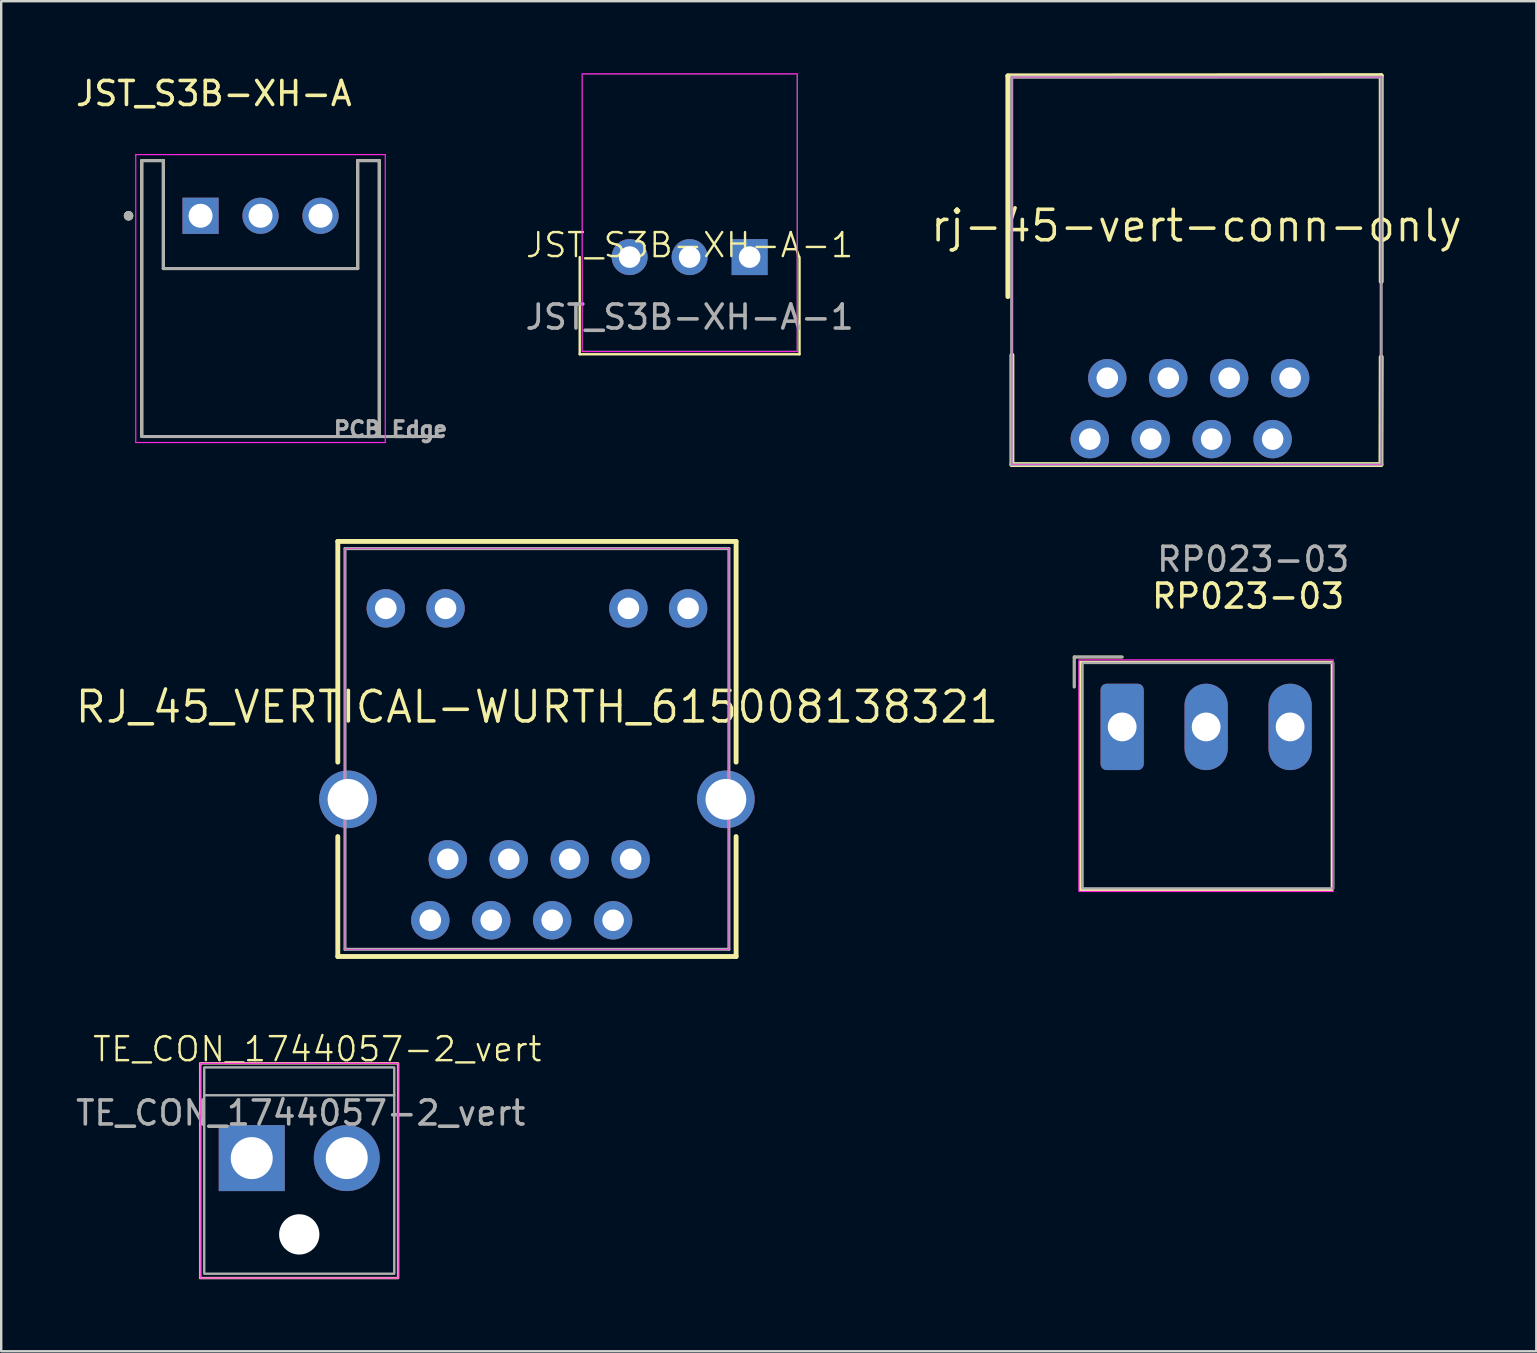
<source format=kicad_pcb>
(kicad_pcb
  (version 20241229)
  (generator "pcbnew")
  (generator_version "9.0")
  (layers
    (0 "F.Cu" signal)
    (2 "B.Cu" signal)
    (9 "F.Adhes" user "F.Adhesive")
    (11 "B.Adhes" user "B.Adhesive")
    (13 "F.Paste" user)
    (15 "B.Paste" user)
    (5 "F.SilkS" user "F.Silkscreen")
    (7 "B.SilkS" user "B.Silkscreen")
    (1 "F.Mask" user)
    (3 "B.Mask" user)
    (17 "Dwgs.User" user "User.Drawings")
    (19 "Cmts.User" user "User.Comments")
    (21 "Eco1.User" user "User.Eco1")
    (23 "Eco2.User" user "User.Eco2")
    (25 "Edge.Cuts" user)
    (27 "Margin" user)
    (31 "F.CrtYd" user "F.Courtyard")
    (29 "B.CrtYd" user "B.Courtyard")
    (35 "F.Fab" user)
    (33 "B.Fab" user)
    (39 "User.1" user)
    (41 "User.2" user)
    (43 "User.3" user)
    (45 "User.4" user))
  (footprint "JST_S3B-XH-A-1"
    (layer "F.Cu")
    (at 25.692 7.665)
    (property "Reference" "JST_S3B-XH-A-1" (at 0 -0.5 0) (unlocked yes) (layer "F.SilkS") (effects (font (size 1 1) (thickness 0.1))))
    (attr through_hole)
    (fp_line (start -4.58 0) (end -4.58 4.05) (stroke (width 0.1) (type default)) (layer "F.SilkS"))
    (fp_line (start -4.58 4.05) (end 4.58 4.05) (stroke (width 0.1) (type default)) (layer "F.SilkS"))
    (fp_line (start 4.58 4.05) (end 4.58 0) (stroke (width 0.1) (type default)) (layer "F.SilkS"))
    (fp_rect (start -4.48 -7.64) (end 4.49 3.94) (stroke (width 0.05) (type default)) (fill no) (layer "F.CrtYd"))
    (fp_poly (pts (xy 4.45 -7.6) (xy -4.45 -7.6) (xy -4.45 3.9) (xy 4.45 3.9)) (stroke (width 0.01) (type solid)) (fill no) (layer "F.Fab"))
    (fp_text user "${REFERENCE}" (at 0 2.5 0) (unlocked yes) (layer "F.Fab") (effects (font (size 1 1) (thickness 0.15))))
    (pad "1" thru_hole rect (at 2.5 0) (size 1.5 1.5) (drill 0.9) (layers "*.Cu" "*.Mask"))
    (pad "2" thru_hole circle (at 0 0) (size 1.5 1.5) (drill 0.9) (layers "*.Cu" "*.Mask"))
    (pad "3" thru_hole circle (at -2.5 0) (size 1.5 1.5) (drill 0.9) (layers "*.Cu" "*.Mask")))
  (footprint "rj-45-vert-conn-only"
    (layer "F.Cu")
    (at 46.815 6.362)
    (property "Reference" "rj-45-vert-conn-only" (at 0 0 0) (layer "F.SilkS") (effects (font (size 1.27 1.27) (thickness 0.15))))
    (fp_line (start -7.86 -6.25) (end -7.86 2.95) (stroke (width 0.203) (type solid)) (layer "F.SilkS"))
    (fp_line (start -7.69 5.39) (end -7.69 9.95) (stroke (width 0.203) (type solid)) (layer "F.SilkS"))
    (fp_line (start -7.69 9.95) (end 7.69 9.95) (stroke (width 0.203) (type solid)) (layer "F.SilkS"))
    (fp_line (start 7.69 9.95) (end 7.7 5.47) (stroke (width 0.203) (type solid)) (layer "F.SilkS"))
    (fp_line (start 7.7 -6.26) (end -7.86 -6.25) (stroke (width 0.203) (type solid)) (layer "F.SilkS"))
    (fp_line (start 7.7 2.32) (end 7.7 -6.26) (stroke (width 0.203) (type solid)) (layer "F.SilkS"))
    (fp_line (start -7.69 -6.2) (end -7.69 9.95) (stroke (width 0.025) (type solid)) (layer "F.CrtYd"))
    (fp_line (start -7.69 9.95) (end 7.7 9.95) (stroke (width 0.025) (type solid)) (layer "F.CrtYd"))
    (fp_line (start 7.7 -6.2) (end -7.69 -6.2) (stroke (width 0.025) (type solid)) (layer "F.CrtYd"))
    (fp_line (start 7.7 9.95) (end 7.7 -6.2) (stroke (width 0.025) (type solid)) (layer "F.CrtYd"))
    (fp_line (start -7.7 -6.2) (end -7.7 9.95) (stroke (width 0.127) (type solid)) (layer "F.Fab"))
    (fp_line (start -7.7 9.95) (end 7.7 9.95) (stroke (width 0.127) (type solid)) (layer "F.Fab"))
    (fp_line (start 7.7 -6.2) (end -7.7 -6.2) (stroke (width 0.127) (type solid)) (layer "F.Fab"))
    (fp_line (start 7.7 9.95) (end 7.7 -6.2) (stroke (width 0.127) (type solid)) (layer "F.Fab"))
    (pad "" np_thru_hole circle (at -5.715 0) (size 0.00001 0.00001) (drill 3.2) (layers "*.Cu" "*.Paste" "*.Mask"))
    (pad "" np_thru_hole circle (at 5.715 0) (size 0.00001 0.00001) (drill 3.2) (layers "*.Cu" "*.Paste" "*.Mask"))
    (pad "1" thru_hole circle (at 3.905 6.35) (size 1.6 1.6) (drill 0.9) (layers "*.Cu" "*.Mask"))
    (pad "2" thru_hole circle (at 3.175 8.89) (size 1.6 1.6) (drill 0.9) (layers "*.Cu" "*.Mask"))
    (pad "3" thru_hole circle (at 1.365 6.35) (size 1.6 1.6) (drill 0.9) (layers "*.Cu" "*.Mask"))
    (pad "4" thru_hole circle (at 0.635 8.89) (size 1.6 1.6) (drill 0.9) (layers "*.Cu" "*.Mask"))
    (pad "5" thru_hole circle (at -1.175 6.35) (size 1.6 1.6) (drill 0.9) (layers "*.Cu" "*.Mask"))
    (pad "6" thru_hole circle (at -1.905 8.89) (size 1.6 1.6) (drill 0.9) (layers "*.Cu" "*.Mask"))
    (pad "7" thru_hole circle (at -3.715 6.35) (size 1.6 1.6) (drill 0.9) (layers "*.Cu" "*.Mask"))
    (pad "8" thru_hole circle (at -4.445 8.89) (size 1.6 1.6) (drill 0.9) (layers "*.Cu" "*.Mask")))
  (footprint "TE_CON_1744057-2_vert"
    (layer "F.Cu")
    (at 7.442 45.217)
    (property "Reference" "TE_CON_1744057-2_vert" (at 2.73 -4.54 0) (unlocked yes) (layer "F.SilkS") (effects (font (size 1 1) (thickness 0.1))))
    (attr through_hole)
    (fp_rect (start -2.15 -3.95) (end 6.1 5) (stroke (width 0.1) (type default)) (fill no) (layer "F.SilkS"))
    (fp_rect (start -2.15 -3.95) (end 6.1 5) (stroke (width 0.05) (type default)) (fill no) (layer "F.CrtYd"))
    (fp_line (start -1.98 -2.62) (end 5.94 -2.62) (stroke (width 0.1) (type default)) (layer "F.Fab"))
    (fp_poly (pts (xy -1.98 -3.78) (xy 5.94 -3.78) (xy 5.94 4.82) (xy -1.98 4.82)) (stroke (width 0.1) (type solid)) (fill no) (layer "F.Fab"))
    (fp_text user "${REFERENCE}" (at 2.04 -1.88 0) (unlocked yes) (layer "F.Fab") (effects (font (size 1 1) (thickness 0.15))))
    (pad "" np_thru_hole circle (at 1.98 3.18) (size 1.68 1.68) (drill 1.68) (layers "*.Cu" "*.Mask"))
    (pad "1" thru_hole rect (at 0 0) (size 2.75 2.75) (drill 1.75) (layers "*.Cu" "*.Mask"))
    (pad "2" thru_hole circle (at 3.96 0) (size 2.75 2.75) (drill 1.75) (layers "*.Cu" "*.Mask")))
  (footprint "JST_S3B-XH-A"
    (layer "F.Cu")
    (at 7.808 11.643)
    (property "Reference" "JST_S3B-XH-A" (at -1.945 -10.795 0) (layer "F.SilkS") (effects (font (size 1 1) (thickness 0.15))))
    (attr through_hole)
    (fp_line (start -4.95 -8) (end -4.95 3.5) (stroke (width 0.127) (type solid)) (layer "F.SilkS"))
    (fp_line (start -4.05 -8) (end -4.95 -8) (stroke (width 0.127) (type solid)) (layer "F.SilkS"))
    (fp_line (start -4.05 -3.5) (end -4.05 -8) (stroke (width 0.127) (type solid)) (layer "F.SilkS"))
    (fp_line (start 4.05 -8) (end 4.05 -3.5) (stroke (width 0.127) (type solid)) (layer "F.SilkS"))
    (fp_line (start 4.05 -3.5) (end -4.05 -3.5) (stroke (width 0.127) (type solid)) (layer "F.SilkS"))
    (fp_line (start 4.95 -8) (end 4.05 -8) (stroke (width 0.127) (type solid)) (layer "F.SilkS"))
    (fp_line (start 4.95 3.5) (end 4.95 -8) (stroke (width 0.127) (type solid)) (layer "F.SilkS"))
    (fp_circle (center -5.5 -5.7) (end -5.4 -5.7) (stroke (width 0.2) (type solid)) (fill no) (layer "F.SilkS"))
    (fp_line (start -5.2 -8.25) (end -5.2 3.75) (stroke (width 0.05) (type solid)) (layer "F.CrtYd"))
    (fp_line (start -5.2 3.75) (end 5.2 3.75) (stroke (width 0.05) (type solid)) (layer "F.CrtYd"))
    (fp_line (start 5.2 -8.25) (end -5.2 -8.25) (stroke (width 0.05) (type solid)) (layer "F.CrtYd"))
    (fp_line (start 5.2 3.75) (end 5.2 -8.25) (stroke (width 0.05) (type solid)) (layer "F.CrtYd"))
    (fp_line (start -4.95 -8) (end -4.95 3.5) (stroke (width 0.127) (type solid)) (layer "F.Fab"))
    (fp_line (start -4.95 3.5) (end 4.95 3.5) (stroke (width 0.127) (type solid)) (layer "F.Fab"))
    (fp_line (start -4.05 -8) (end -4.95 -8) (stroke (width 0.127) (type solid)) (layer "F.Fab"))
    (fp_line (start -4.05 -3.5) (end -4.05 -8) (stroke (width 0.127) (type solid)) (layer "F.Fab"))
    (fp_line (start 4.05 -8) (end 4.05 -3.5) (stroke (width 0.127) (type solid)) (layer "F.Fab"))
    (fp_line (start 4.05 -3.5) (end -4.05 -3.5) (stroke (width 0.127) (type solid)) (layer "F.Fab"))
    (fp_line (start 4.95 -8) (end 4.05 -8) (stroke (width 0.127) (type solid)) (layer "F.Fab"))
    (fp_line (start 4.95 3.5) (end 4.95 -8) (stroke (width 0.127) (type solid)) (layer "F.Fab"))
    (fp_line (start 4.95 3.5) (end 7.57 3.5) (stroke (width 0.127) (type solid)) (layer "F.Fab"))
    (fp_circle (center -5.5 -5.7) (end -5.4 -5.7) (stroke (width 0.2) (type solid)) (fill no) (layer "F.Fab"))
    (fp_text user "PCB Edge" (at 5.418 3.203 0) (layer "F.Fab") (effects (font (size 0.64 0.64) (thickness 0.15))))
    (pad "1" thru_hole rect (at -2.5 -5.7) (size 1.508 1.508) (drill 1) (layers "*.Cu" "*.Mask"))
    (pad "2" thru_hole circle (at 0 -5.7) (size 1.508 1.508) (drill 1) (layers "*.Cu" "*.Mask"))
    (pad "3" thru_hole circle (at 2.5 -5.7) (size 1.508 1.508) (drill 1) (layers "*.Cu" "*.Mask")))
  (footprint "RJ_45_VERTICAL-WURTH_615008138321"
    (layer "F.Cu")
    (at 19.329 26.415)
    (property "Reference" "RJ_45_VERTICAL-WURTH_615008138321" (at 0 0 0) (layer "F.SilkS") (effects (font (size 1.27 1.27) (thickness 0.15))))
    (fp_line (start -8.3 -6.9) (end -8.3 2.3) (stroke (width 0.203) (type solid)) (layer "F.SilkS"))
    (fp_line (start -8.3 5.4) (end -8.3 10.4) (stroke (width 0.203) (type solid)) (layer "F.SilkS"))
    (fp_line (start -8.3 10.4) (end 8.3 10.4) (stroke (width 0.203) (type solid)) (layer "F.SilkS"))
    (fp_line (start 8.3 -6.9) (end -8.3 -6.9) (stroke (width 0.203) (type solid)) (layer "F.SilkS"))
    (fp_line (start 8.3 2.3) (end 8.3 -6.9) (stroke (width 0.203) (type solid)) (layer "F.SilkS"))
    (fp_line (start 8.3 10.4) (end 8.3 5.4) (stroke (width 0.203) (type solid)) (layer "F.SilkS"))
    (fp_line (start -8 -6.6) (end -8 10.1) (stroke (width 0.025) (type solid)) (layer "F.CrtYd"))
    (fp_line (start -8 10.1) (end 8 10.1) (stroke (width 0.025) (type solid)) (layer "F.CrtYd"))
    (fp_line (start 8 -6.6) (end -8 -6.6) (stroke (width 0.025) (type solid)) (layer "F.CrtYd"))
    (fp_line (start 8 10.1) (end 8 -6.6) (stroke (width 0.025) (type solid)) (layer "F.CrtYd"))
    (fp_line (start -8 -6.6) (end -8 10.1) (stroke (width 0.127) (type solid)) (layer "F.Fab"))
    (fp_line (start -8 10.1) (end 8 10.1) (stroke (width 0.127) (type solid)) (layer "F.Fab"))
    (fp_line (start 8 -6.6) (end -8 -6.6) (stroke (width 0.127) (type solid)) (layer "F.Fab"))
    (fp_line (start 8 10.1) (end 8 -6.6) (stroke (width 0.127) (type solid)) (layer "F.Fab"))
    (pad "" np_thru_hole circle (at -5.715 0) (size 0.00001 0.00001) (drill 3.2) (layers "*.Cu" "*.Paste" "*.Mask"))
    (pad "" np_thru_hole circle (at 5.715 0) (size 0.00001 0.00001) (drill 3.2) (layers "*.Cu" "*.Paste" "*.Mask"))
    (pad "1" thru_hole circle (at 3.905 6.35) (size 1.6 1.6) (drill 0.9) (layers "*.Cu" "*.Mask"))
    (pad "2" thru_hole circle (at 3.175 8.89) (size 1.6 1.6) (drill 0.9) (layers "*.Cu" "*.Mask"))
    (pad "3" thru_hole circle (at 1.365 6.35) (size 1.6 1.6) (drill 0.9) (layers "*.Cu" "*.Mask"))
    (pad "4" thru_hole circle (at 0.635 8.89) (size 1.6 1.6) (drill 0.9) (layers "*.Cu" "*.Mask"))
    (pad "5" thru_hole circle (at -1.175 6.35) (size 1.6 1.6) (drill 0.9) (layers "*.Cu" "*.Mask"))
    (pad "6" thru_hole circle (at -1.905 8.89) (size 1.6 1.6) (drill 0.9) (layers "*.Cu" "*.Mask"))
    (pad "7" thru_hole circle (at -3.715 6.35) (size 1.6 1.6) (drill 0.9) (layers "*.Cu" "*.Mask"))
    (pad "8" thru_hole circle (at -4.445 8.89) (size 1.6 1.6) (drill 0.9) (layers "*.Cu" "*.Mask"))
    (pad "9" thru_hole circle (at -6.3 -4.11) (size 1.6 1.6) (drill 0.9) (layers "*.Cu" "*.Mask"))
    (pad "10" thru_hole circle (at -3.81 -4.11) (size 1.6 1.6) (drill 0.9) (layers "*.Cu" "*.Mask"))
    (pad "11" thru_hole circle (at 3.81 -4.11) (size 1.6 1.6) (drill 0.9) (layers "*.Cu" "*.Mask"))
    (pad "12" thru_hole circle (at 6.3 -4.11) (size 1.6 1.6) (drill 0.9) (layers "*.Cu" "*.Mask"))
    (pad "13" thru_hole circle (at -7.875 3.85) (size 2.4 2.4) (drill 1.7) (layers "*.Cu" "*.Mask"))
    (pad "14" thru_hole circle (at 7.875 3.85) (size 2.4 2.4) (drill 1.7) (layers "*.Cu" "*.Mask")))
  (footprint "RP023-03"
    (layer "F.Cu")
    (at 43.719 27.246)
    (property "Reference" "RP023-03" (at 5.25 -5.45 0) (layer "F.SilkS") (effects (font (size 1 1) (thickness 0.15))))
    (attr through_hole)
    (fp_line (start -2 -2.911) (end 0 -2.911) (stroke (width 0.12) (type solid)) (layer "F.SilkS"))
    (fp_line (start -2 -1.661) (end -2 -2.911) (stroke (width 0.12) (type solid)) (layer "F.SilkS"))
    (fp_rect (start -1.75 -2.7) (end 8.75 6.8) (stroke (width 0.12) (type default)) (fill no) (layer "F.SilkS"))
    (fp_rect (start -1.8 -2.794) (end 8.8 6.858) (stroke (width 0.05) (type default)) (fill no) (layer "F.CrtYd"))
    (fp_line (start -2 -2.921) (end 0 -2.921) (stroke (width 0.1) (type solid)) (layer "F.Fab"))
    (fp_line (start -2 -1.671) (end -2 -2.921) (stroke (width 0.1) (type solid)) (layer "F.Fab"))
    (fp_rect (start -1.651 -2.667) (end 8.8 6.731) (stroke (width 0.1) (type default)) (fill no) (layer "F.Fab"))
    (fp_text user "${REFERENCE}" (at 5.461 -6.985 0) (layer "F.Fab") (effects (font (size 1 1) (thickness 0.15))))
    (pad "1" thru_hole roundrect (at 0 0) (size 1.8 3.6) (drill 1.2) (layers "*.Cu" "*.Mask") (roundrect_rratio 0.139))
    (pad "2" thru_hole oval (at 3.5 0) (size 1.8 3.6) (drill 1.2) (layers "*.Cu" "*.Mask"))
    (pad "3" thru_hole oval (at 7 0) (size 1.8 3.6) (drill 1.2) (layers "*.Cu" "*.Mask")))
  (gr_rect
    (start -3 -3)
    (end 60.98 53.267)
    (stroke (width 0.1) (type default))
    (fill no)
    (layer "Edge.Cuts")))
</source>
